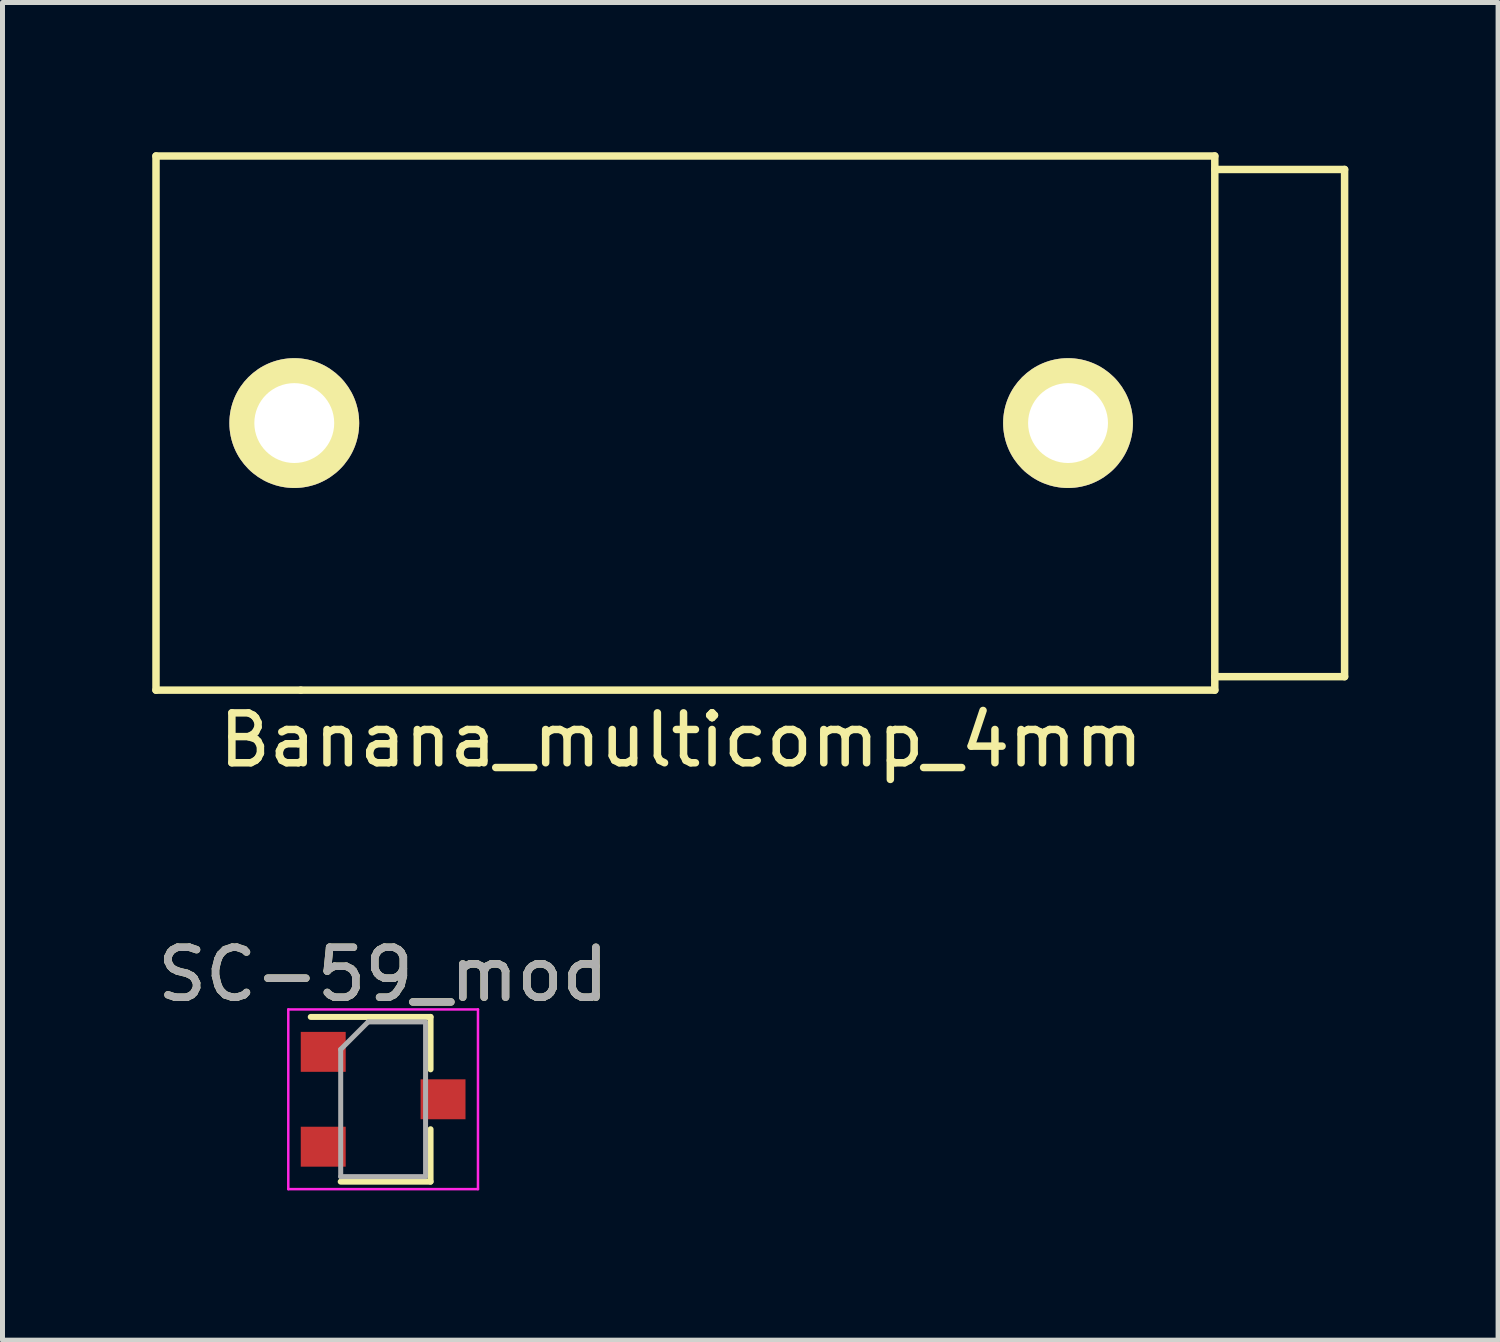
<source format=kicad_pcb>
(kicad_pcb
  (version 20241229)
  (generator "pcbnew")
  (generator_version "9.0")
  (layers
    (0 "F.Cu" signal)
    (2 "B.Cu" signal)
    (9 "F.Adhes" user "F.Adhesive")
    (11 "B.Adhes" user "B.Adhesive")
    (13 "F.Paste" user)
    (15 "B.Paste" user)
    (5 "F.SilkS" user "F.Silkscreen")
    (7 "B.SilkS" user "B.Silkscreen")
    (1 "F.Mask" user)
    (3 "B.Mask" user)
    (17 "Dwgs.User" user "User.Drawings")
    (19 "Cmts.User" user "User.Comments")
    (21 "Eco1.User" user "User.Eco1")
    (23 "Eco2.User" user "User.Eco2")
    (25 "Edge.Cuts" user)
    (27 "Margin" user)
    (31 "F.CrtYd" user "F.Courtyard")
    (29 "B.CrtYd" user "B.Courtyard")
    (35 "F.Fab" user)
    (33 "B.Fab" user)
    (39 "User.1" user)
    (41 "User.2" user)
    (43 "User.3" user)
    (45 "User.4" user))
  (footprint "Banana_multicomp_4mm"
    (layer "F.Cu")
    (at 10.595 5.425)
    (property "Reference" "Banana_multicomp_4mm" (at 0 6.35 0) (layer "F.SilkS") (effects (font (size 1 1) (thickness 0.15))))
    (attr through_hole)
    (fp_line (start -10.52 -5.35) (end -10.52 5.35) (stroke (width 0.15) (type solid)) (layer "F.SilkS"))
    (fp_line (start -7.62 5.35) (end -10.52 5.35) (stroke (width 0.15) (type solid)) (layer "F.SilkS"))
    (fp_line (start -7.62 5.35) (end 10.69 5.35) (stroke (width 0.15) (type solid)) (layer "F.SilkS"))
    (fp_line (start 10.69 -5.35) (end -10.52 -5.35) (stroke (width 0.15) (type solid)) (layer "F.SilkS"))
    (fp_line (start 10.69 -5.08) (end 13.29 -5.08) (stroke (width 0.15) (type solid)) (layer "F.SilkS"))
    (fp_line (start 10.69 5.08) (end 13.29 5.08) (stroke (width 0.15) (type solid)) (layer "F.SilkS"))
    (fp_line (start 10.69 5.35) (end 10.69 -5.35) (stroke (width 0.15) (type solid)) (layer "F.SilkS"))
    (fp_line (start 13.29 5.08) (end 13.29 -5.08) (stroke (width 0.15) (type solid)) (layer "F.SilkS"))
    (pad "1" thru_hole circle (at -7.75 0) (size 2.6 2.6) (drill 1.6) (layers "*.Cu" "*.Mask" "F.SilkS"))
    (pad "1" thru_hole circle (at 7.75 0) (size 2.6 2.6) (drill 1.6) (layers "*.Cu" "*.Mask" "F.SilkS")))
  (footprint "SC-59_mod"
    (layer "F.Cu")
    (at 4.625 18.971)
    (property "Reference" "SC-59_mod" (at 0 -2.5 0) (layer "F.SilkS") (effects (font (size 1 1) (thickness 0.15))))
    (attr smd)
    (fp_line (start -1.45 -1.65) (end 0.95 -1.65) (stroke (width 0.12) (type solid)) (layer "F.SilkS"))
    (fp_line (start -0.85 1.65) (end 0.95 1.65) (stroke (width 0.12) (type solid)) (layer "F.SilkS"))
    (fp_line (start 0.95 -1.65) (end 0.95 -0.6) (stroke (width 0.12) (type solid)) (layer "F.SilkS"))
    (fp_line (start 0.95 1.65) (end 0.95 0.6) (stroke (width 0.12) (type solid)) (layer "F.SilkS"))
    (fp_line (start -1.9 -1.8) (end -1.9 1.8) (stroke (width 0.05) (type solid)) (layer "F.CrtYd"))
    (fp_line (start -1.9 -1.8) (end 1.9 -1.8) (stroke (width 0.05) (type solid)) (layer "F.CrtYd"))
    (fp_line (start 1.9 1.8) (end -1.9 1.8) (stroke (width 0.05) (type solid)) (layer "F.CrtYd"))
    (fp_line (start 1.9 1.8) (end 1.9 -1.8) (stroke (width 0.05) (type solid)) (layer "F.CrtYd"))
    (fp_line (start -0.85 1.55) (end -0.85 -1) (stroke (width 0.1) (type solid)) (layer "F.Fab"))
    (fp_line (start -0.85 1.55) (end 0.85 1.55) (stroke (width 0.1) (type solid)) (layer "F.Fab"))
    (fp_line (start -0.3 -1.55) (end -0.85 -1) (stroke (width 0.1) (type solid)) (layer "F.Fab"))
    (fp_line (start -0.3 -1.55) (end 0.85 -1.55) (stroke (width 0.1) (type solid)) (layer "F.Fab"))
    (fp_line (start 0.85 -1.52) (end 0.85 1.52) (stroke (width 0.1) (type solid)) (layer "F.Fab"))
    (fp_text user "${REFERENCE}" (at 0 -2.5 0) (layer "F.Fab") (effects (font (size 1 1) (thickness 0.15))))
    (pad "1" smd rect (at -1.2 0.95) (size 0.9 0.8) (layers "F.Cu" "F.Mask" "F.Paste"))
    (pad "2" smd rect (at -1.2 -0.95) (size 0.9 0.8) (layers "F.Cu" "F.Mask" "F.Paste"))
    (pad "3" smd rect (at 1.2 0) (size 0.9 0.8) (layers "F.Cu" "F.Mask" "F.Paste")))
  (gr_rect
    (start -3 -3)
    (end 26.96 23.797)
    (stroke (width 0.1) (type default))
    (fill no)
    (layer "Edge.Cuts")))
</source>
